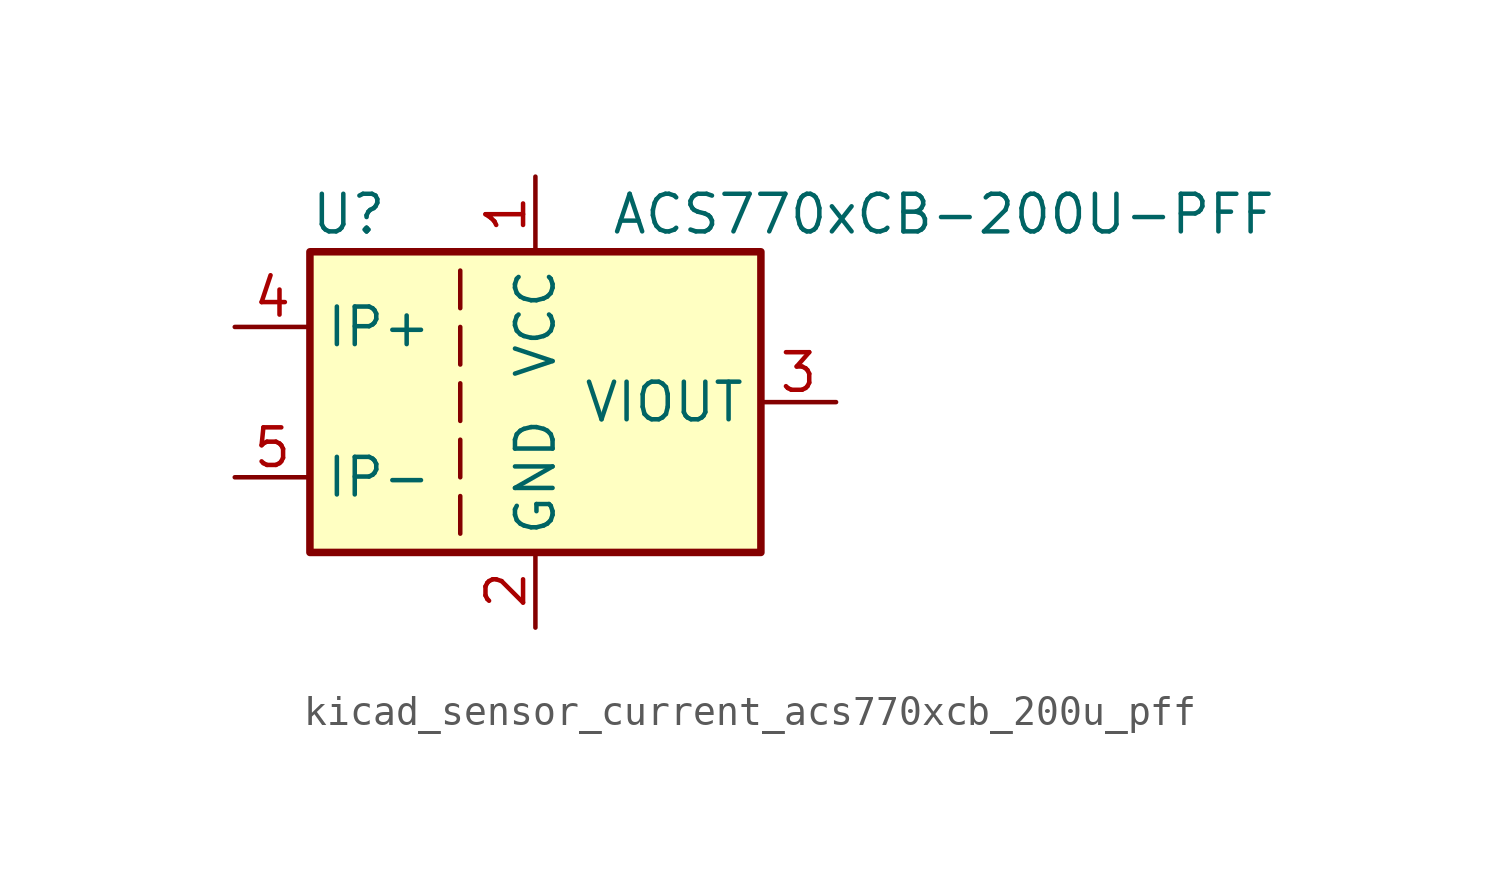
<source format=kicad_sym>
(kicad_symbol_lib
  (version 20220914)
  (generator kicad_symbol_editor)
  (symbol "kicad_sensor_current_acs770xcb_200u_pff"
    (property "Reference" "U"
      (at -7.62 6.35 0)
      (effects (font (size 1.27 1.27)) (justify left)))
    (property "Value" "ACS770xCB-200U-PFF"
      (at 2.54 6.35 0)
      (effects (font (size 1.27 1.27)) (justify left)))
    (symbol "kicad_sensor_current_acs770xcb_200u_pff_0_1"
      (rectangle (start -7.62 5.08) (end 7.62 -5.08) (stroke (width 0.254) (type default)) (fill (type background)))
      (polyline (pts (xy -2.54 -3.175) (xy -2.54 -4.445)) (stroke (width 0) (type default)) (fill (type none)))
      (polyline (pts (xy -2.54 -1.27) (xy -2.54 -2.54)) (stroke (width 0) (type default)) (fill (type none)))
      (polyline (pts (xy -2.54 0.635) (xy -2.54 -0.635)) (stroke (width 0) (type default)) (fill (type none)))
      (polyline (pts (xy -2.54 1.27) (xy -2.54 2.54)) (stroke (width 0) (type default)) (fill (type none)))
      (polyline (pts (xy -2.54 3.175) (xy -2.54 4.445)) (stroke (width 0) (type default)) (fill (type none))))
    (symbol "kicad_sensor_current_acs770xcb_200u_pff_1_1"
      (pin power_in line (at 0 7.62 270) (length 2.54) (name "VCC" (effects (font (size 1.27 1.27)))) (number "1" (effects (font (size 1.27 1.27)))))
      (pin power_in line (at 0 -7.62 90) (length 2.54) (name "GND" (effects (font (size 1.27 1.27)))) (number "2" (effects (font (size 1.27 1.27)))))
      (pin output line (at 10.16 0 180) (length 2.54) (name "VIOUT" (effects (font (size 1.27 1.27)))) (number "3" (effects (font (size 1.27 1.27)))))
      (pin passive line (at -10.16 2.54 0) (length 2.54) (name "IP+" (effects (font (size 1.27 1.27)))) (number "4" (effects (font (size 1.27 1.27)))))
      (pin passive line (at -10.16 -2.54 0) (length 2.54) (name "IP-" (effects (font (size 1.27 1.27)))) (number "5" (effects (font (size 1.27 1.27))))))))
</source>
